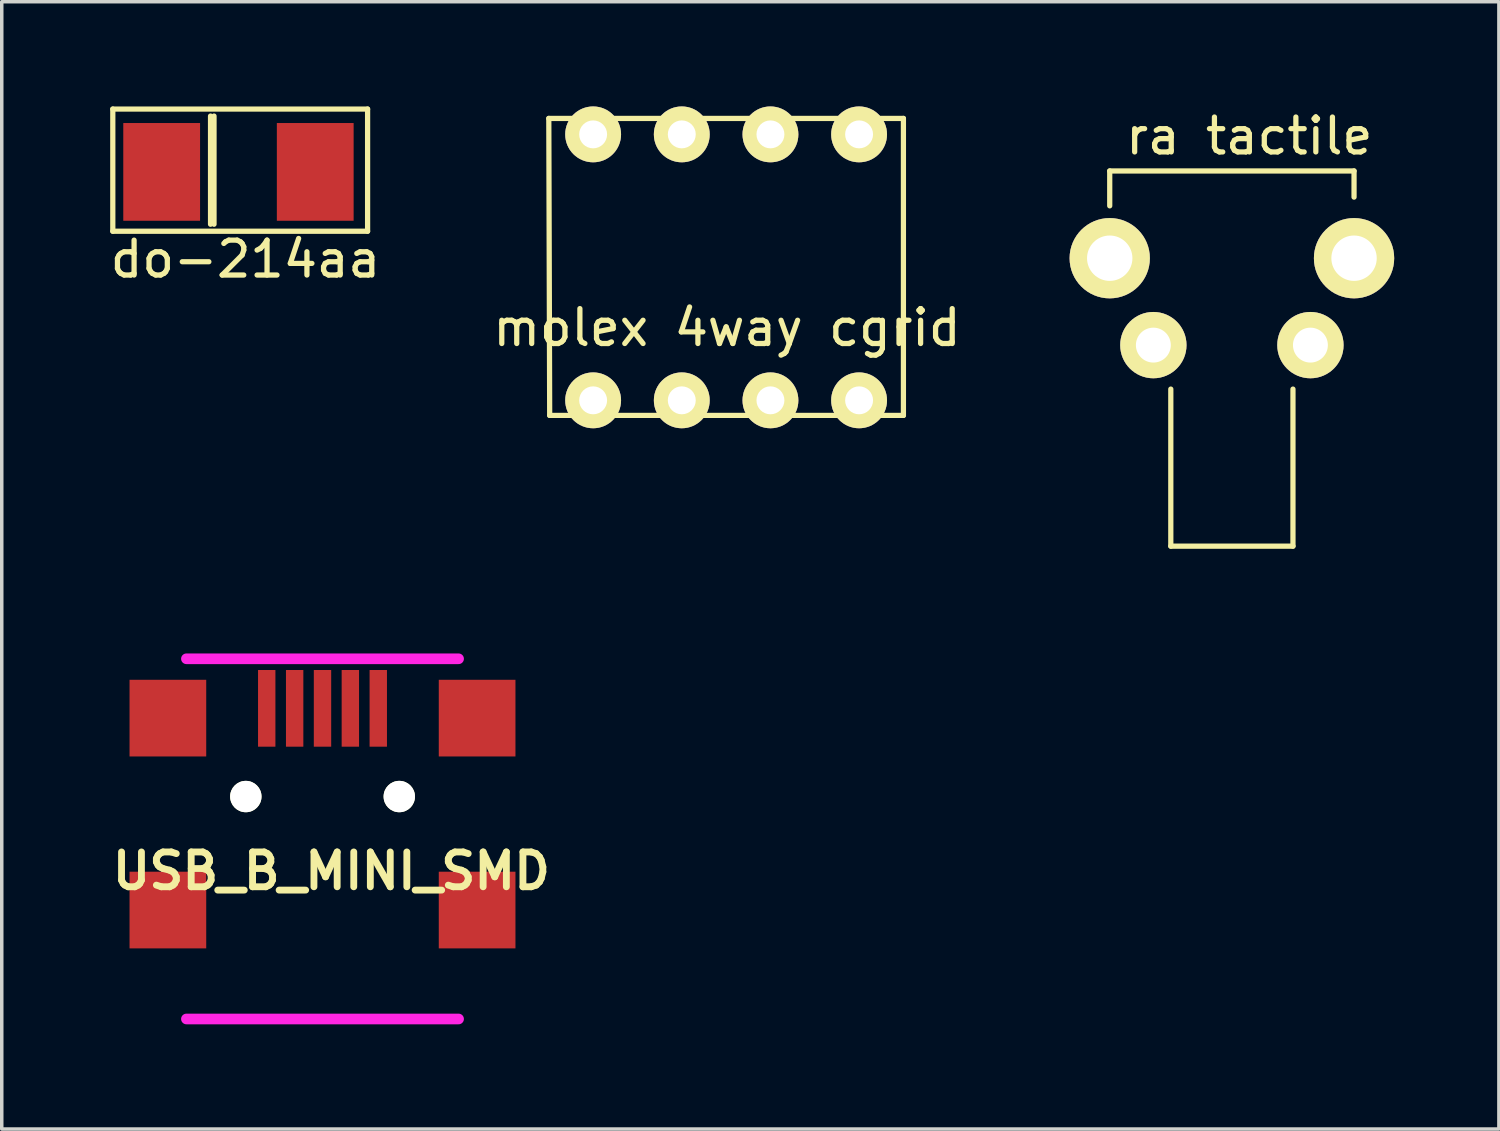
<source format=kicad_pcb>
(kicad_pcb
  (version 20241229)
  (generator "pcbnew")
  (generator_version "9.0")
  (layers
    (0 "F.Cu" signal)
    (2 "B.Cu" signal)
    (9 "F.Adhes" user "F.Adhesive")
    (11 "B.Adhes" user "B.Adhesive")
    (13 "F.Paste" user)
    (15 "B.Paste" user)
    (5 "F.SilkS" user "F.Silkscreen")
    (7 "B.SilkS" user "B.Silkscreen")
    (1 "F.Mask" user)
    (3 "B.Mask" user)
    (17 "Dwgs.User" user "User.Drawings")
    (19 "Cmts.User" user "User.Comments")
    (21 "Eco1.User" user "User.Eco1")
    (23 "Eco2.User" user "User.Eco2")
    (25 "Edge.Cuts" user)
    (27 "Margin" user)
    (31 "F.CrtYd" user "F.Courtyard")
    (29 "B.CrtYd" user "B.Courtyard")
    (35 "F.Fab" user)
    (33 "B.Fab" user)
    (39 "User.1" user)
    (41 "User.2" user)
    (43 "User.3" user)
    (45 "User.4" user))
  (footprint "molex 4way cgrid"
    (layer "F.Cu")
    (at 13.944 0.8)
    (property "Reference" "molex 4way cgrid" (at 3.835 5.537 0) (layer "F.SilkS") (effects (font (size 1 1) (thickness 0.15))))
    (attr through_hole)
    (fp_line (start -1.27 -0.457) (end -1.245 8.052) (stroke (width 0.15) (type solid)) (layer "F.SilkS"))
    (fp_line (start -1.245 8.052) (end 8.89 8.052) (stroke (width 0.15) (type solid)) (layer "F.SilkS"))
    (fp_line (start 8.89 -0.457) (end -1.27 -0.457) (stroke (width 0.15) (type solid)) (layer "F.SilkS"))
    (fp_line (start 8.89 8.052) (end 8.89 -0.457) (stroke (width 0.15) (type solid)) (layer "F.SilkS"))
    (pad "1" thru_hole circle (at 0 0) (size 1.6 1.6) (drill 0.8) (layers "*.Cu" "*.Mask" "F.SilkS"))
    (pad "1" thru_hole circle (at 0 7.62) (size 1.6 1.6) (drill 0.8) (layers "*.Cu" "*.Mask" "F.SilkS"))
    (pad "2" thru_hole circle (at 2.54 0) (size 1.6 1.6) (drill 0.8) (layers "*.Cu" "*.Mask" "F.SilkS"))
    (pad "2" thru_hole circle (at 2.54 7.62) (size 1.6 1.6) (drill 0.8) (layers "*.Cu" "*.Mask" "F.SilkS"))
    (pad "3" thru_hole circle (at 5.08 0) (size 1.6 1.6) (drill 0.8) (layers "*.Cu" "*.Mask" "F.SilkS"))
    (pad "3" thru_hole circle (at 5.08 7.62) (size 1.6 1.6) (drill 0.8) (layers "*.Cu" "*.Mask" "F.SilkS"))
    (pad "4" thru_hole circle (at 7.62 0) (size 1.6 1.6) (drill 0.8) (layers "*.Cu" "*.Mask" "F.SilkS"))
    (pad "4" thru_hole circle (at 7.62 7.62) (size 1.6 1.6) (drill 0.8) (layers "*.Cu" "*.Mask" "F.SilkS")))
  (footprint "USB_B_MINI_SMD"
    (layer "F.Cu")
    (at 6.19 21.144)
    (property "Reference" "USB_B_MINI_SMD" (at 0.254 0.762 0) (layer "F.SilkS") (effects (font (size 0.998 0.998) (thickness 0.196))))
    (attr through_hole)
    (fp_line (start -3.899 5.001) (end 3.899 5.001) (stroke (width 0.305) (type solid)) (layer "F.CrtYd"))
    (fp_line (start 3.899 -5.319) (end -3.899 -5.319) (stroke (width 0.305) (type solid)) (layer "F.CrtYd"))
    (pad "" np_thru_hole circle (at -2.197 -1.372) (size 0.899 0.899) (drill 0.899) (layers "*.Cu" "*.Mask" "F.SilkS"))
    (pad "" np_thru_hole circle (at 2.2 -1.372) (size 0.899 0.899) (drill 0.899) (layers "*.Cu" "*.Mask" "F.SilkS"))
    (pad "1" smd rect (at -1.598 -3.899) (size 0.498 2.197) (layers "F.Cu" "F.Mask" "F.Paste"))
    (pad "2" smd rect (at -0.798 -3.899) (size 0.498 2.197) (layers "F.Cu" "F.Mask" "F.Paste"))
    (pad "3" smd rect (at 0 -3.899) (size 0.498 2.197) (layers "F.Cu" "F.Mask" "F.Paste"))
    (pad "4" smd rect (at 0.798 -3.899) (size 0.498 2.197) (layers "F.Cu" "F.Mask" "F.Paste"))
    (pad "5" smd rect (at 1.598 -3.899) (size 0.498 2.197) (layers "F.Cu" "F.Mask" "F.Paste"))
    (pad "6" smd rect (at -4.43 -3.619) (size 2.197 2.197) (layers "F.Cu" "F.Mask" "F.Paste"))
    (pad "7" smd rect (at -4.43 1.88) (size 2.197 2.197) (layers "F.Cu" "F.Mask" "F.Paste"))
    (pad "8" smd rect (at 4.43 1.88) (size 2.197 2.197) (layers "F.Cu" "F.Mask" "F.Paste"))
    (pad "9" smd rect (at 4.43 -3.619) (size 2.197 2.197) (layers "F.Cu" "F.Mask" "F.Paste")))
  (footprint "ra tactile"
    (layer "F.Cu")
    (at 32.245 4.348)
    (property "Reference" "ra tactile" (at 0.5 -3.5 0) (layer "F.SilkS") (effects (font (size 1 1) (thickness 0.15))))
    (attr through_hole)
    (fp_line (start -3.5 -2.5) (end 3.5 -2.5) (stroke (width 0.15) (type solid)) (layer "F.SilkS"))
    (fp_line (start -3.5 -1.5) (end -3.5 -2.5) (stroke (width 0.15) (type solid)) (layer "F.SilkS"))
    (fp_line (start -1.75 8.25) (end -1.75 3.75) (stroke (width 0.15) (type solid)) (layer "F.SilkS"))
    (fp_line (start 1.75 8.25) (end -1.75 8.25) (stroke (width 0.15) (type solid)) (layer "F.SilkS"))
    (fp_line (start 1.75 8.25) (end 1.75 3.75) (stroke (width 0.15) (type solid)) (layer "F.SilkS"))
    (fp_line (start 3.5 -2.5) (end 3.5 -1.75) (stroke (width 0.15) (type solid)) (layer "F.SilkS"))
    (pad "1" thru_hole circle (at -2.25 2.49) (size 1.9 1.9) (drill 1) (layers "*.Cu" "*.Mask" "F.SilkS"))
    (pad "2" thru_hole circle (at 2.25 2.49) (size 1.9 1.9) (drill 1) (layers "*.Cu" "*.Mask" "F.SilkS"))
    (pad "3" thru_hole circle (at -3.5 0) (size 2.3 2.3) (drill 1.3) (layers "*.Cu" "*.Mask" "F.SilkS"))
    (pad "3" thru_hole circle (at 3.5 0) (size 2.3 2.3) (drill 1.3) (layers "*.Cu" "*.Mask" "F.SilkS")))
  (footprint "do-214aa"
    (layer "F.Cu")
    (at 3.782 1.875)
    (property "Reference" "do-214aa" (at 0.2 2.5 0) (layer "F.SilkS") (effects (font (size 1 1) (thickness 0.15))))
    (attr through_hole)
    (fp_line (start -3.6 -1.8) (end 3.7 -1.8) (stroke (width 0.15) (type solid)) (layer "F.SilkS"))
    (fp_line (start -3.6 1.7) (end -3.6 -1.8) (stroke (width 0.15) (type solid)) (layer "F.SilkS"))
    (fp_line (start -0.8 -1.6) (end -0.8 1.5) (stroke (width 0.15) (type solid)) (layer "F.SilkS"))
    (fp_line (start -0.7 -1.6) (end -0.7 1.5) (stroke (width 0.15) (type solid)) (layer "F.SilkS"))
    (fp_line (start 3.7 -1.8) (end 3.7 1.7) (stroke (width 0.15) (type solid)) (layer "F.SilkS"))
    (fp_line (start 3.7 1.7) (end -3.6 1.7) (stroke (width 0.15) (type solid)) (layer "F.SilkS"))
    (pad "1" smd rect (at -2.2 0) (size 2.2 2.8) (layers "F.Cu" "F.Mask" "F.Paste"))
    (pad "2" smd rect (at 2.2 0) (size 2.2 2.8) (layers "F.Cu" "F.Mask" "F.Paste")))
  (gr_rect
    (start -3 -3)
    (end 39.895 29.298)
    (stroke (width 0.1) (type default))
    (fill no)
    (layer "Edge.Cuts")))
</source>
